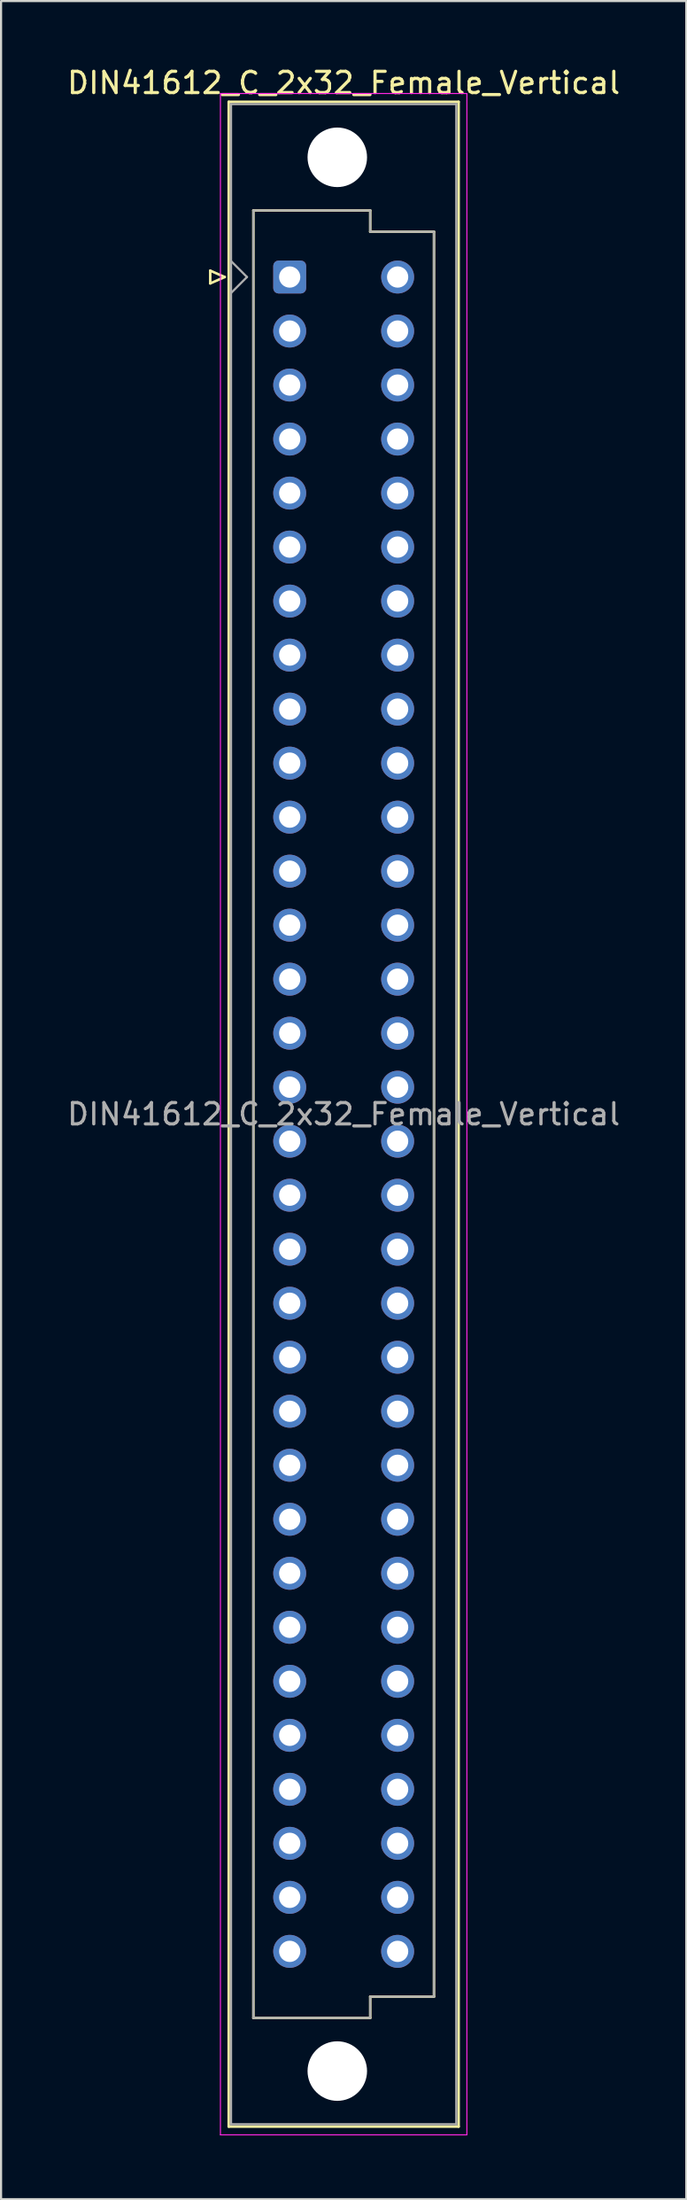
<source format=kicad_pcb>
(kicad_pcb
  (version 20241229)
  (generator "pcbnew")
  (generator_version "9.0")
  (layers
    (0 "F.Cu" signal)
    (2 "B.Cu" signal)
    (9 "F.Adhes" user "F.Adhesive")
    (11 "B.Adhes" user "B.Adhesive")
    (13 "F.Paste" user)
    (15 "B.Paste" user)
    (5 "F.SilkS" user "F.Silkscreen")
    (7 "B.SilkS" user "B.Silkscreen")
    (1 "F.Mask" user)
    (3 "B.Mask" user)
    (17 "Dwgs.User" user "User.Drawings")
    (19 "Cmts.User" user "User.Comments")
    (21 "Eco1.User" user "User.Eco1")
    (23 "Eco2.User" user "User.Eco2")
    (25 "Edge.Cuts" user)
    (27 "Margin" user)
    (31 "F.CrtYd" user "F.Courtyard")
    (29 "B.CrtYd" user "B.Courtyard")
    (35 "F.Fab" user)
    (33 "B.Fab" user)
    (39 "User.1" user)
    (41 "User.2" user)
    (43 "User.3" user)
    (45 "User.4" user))
  (footprint "DIN41612_C_2x32_Female_Vertical"
    (layer "F.Cu")
    (at 10.585 9.978)
    (property "Reference" "DIN41612_C_2x32_Female_Vertical" (at 2.54 -9.13 0) (layer "F.SilkS") (effects (font (size 1 1) (thickness 0.15))))
    (attr through_hole)
    (fp_line (start -3.74 -0.3) (end -3.74 0.3) (stroke (width 0.12) (type solid)) (layer "F.SilkS"))
    (fp_line (start -3.74 0.3) (end -3.06 0) (stroke (width 0.12) (type solid)) (layer "F.SilkS"))
    (fp_line (start -3.06 0) (end -3.74 -0.3) (stroke (width 0.12) (type solid)) (layer "F.SilkS"))
    (fp_line (start -2.87 -8.24) (end 7.95 -8.24) (stroke (width 0.12) (type solid)) (layer "F.SilkS"))
    (fp_line (start -2.87 86.98) (end -2.87 -8.24) (stroke (width 0.12) (type solid)) (layer "F.SilkS"))
    (fp_line (start -1.71 -3.13) (end 3.79 -3.13) (stroke (width 0.12) (type solid)) (layer "F.SilkS"))
    (fp_line (start -1.71 81.87) (end -1.71 -3.13) (stroke (width 0.12) (type solid)) (layer "F.SilkS"))
    (fp_line (start 3.79 -3.13) (end 3.79 -2.13) (stroke (width 0.12) (type solid)) (layer "F.SilkS"))
    (fp_line (start 3.79 -2.13) (end 6.79 -2.13) (stroke (width 0.12) (type solid)) (layer "F.SilkS"))
    (fp_line (start 3.79 80.87) (end 3.79 81.87) (stroke (width 0.12) (type solid)) (layer "F.SilkS"))
    (fp_line (start 3.79 81.87) (end -1.71 81.87) (stroke (width 0.12) (type solid)) (layer "F.SilkS"))
    (fp_line (start 6.79 -2.13) (end 6.79 80.87) (stroke (width 0.12) (type solid)) (layer "F.SilkS"))
    (fp_line (start 6.79 80.87) (end 3.79 80.87) (stroke (width 0.12) (type solid)) (layer "F.SilkS"))
    (fp_line (start 7.95 -8.24) (end 7.95 86.98) (stroke (width 0.12) (type solid)) (layer "F.SilkS"))
    (fp_line (start 7.95 86.98) (end -2.87 86.98) (stroke (width 0.12) (type solid)) (layer "F.SilkS"))
    (fp_line (start -3.26 -8.63) (end 8.34 -8.63) (stroke (width 0.05) (type solid)) (layer "F.CrtYd"))
    (fp_line (start -3.26 87.37) (end -3.26 -8.63) (stroke (width 0.05) (type solid)) (layer "F.CrtYd"))
    (fp_line (start 8.34 -8.63) (end 8.34 87.37) (stroke (width 0.05) (type solid)) (layer "F.CrtYd"))
    (fp_line (start 8.34 87.37) (end -3.26 87.37) (stroke (width 0.05) (type solid)) (layer "F.CrtYd"))
    (fp_line (start -2.76 -8.13) (end 7.84 -8.13) (stroke (width 0.1) (type solid)) (layer "F.Fab"))
    (fp_line (start -2.76 -0.75) (end -2.01 0) (stroke (width 0.1) (type solid)) (layer "F.Fab"))
    (fp_line (start -2.76 86.87) (end -2.76 -8.13) (stroke (width 0.1) (type solid)) (layer "F.Fab"))
    (fp_line (start -2.01 0) (end -2.76 0.75) (stroke (width 0.1) (type solid)) (layer "F.Fab"))
    (fp_line (start -1.71 -3.13) (end 3.79 -3.13) (stroke (width 0.1) (type solid)) (layer "F.Fab"))
    (fp_line (start -1.71 81.87) (end -1.71 -3.13) (stroke (width 0.1) (type solid)) (layer "F.Fab"))
    (fp_line (start 3.79 -3.13) (end 3.79 -2.13) (stroke (width 0.1) (type solid)) (layer "F.Fab"))
    (fp_line (start 3.79 -2.13) (end 6.79 -2.13) (stroke (width 0.1) (type solid)) (layer "F.Fab"))
    (fp_line (start 3.79 80.87) (end 3.79 81.87) (stroke (width 0.1) (type solid)) (layer "F.Fab"))
    (fp_line (start 3.79 81.87) (end -1.71 81.87) (stroke (width 0.1) (type solid)) (layer "F.Fab"))
    (fp_line (start 6.79 -2.13) (end 6.79 80.87) (stroke (width 0.1) (type solid)) (layer "F.Fab"))
    (fp_line (start 6.79 80.87) (end 3.79 80.87) (stroke (width 0.1) (type solid)) (layer "F.Fab"))
    (fp_line (start 7.84 -8.13) (end 7.84 86.87) (stroke (width 0.1) (type solid)) (layer "F.Fab"))
    (fp_line (start 7.84 86.87) (end -2.76 86.87) (stroke (width 0.1) (type solid)) (layer "F.Fab"))
    (fp_text user "${REFERENCE}" (at 2.54 39.37 0) (layer "F.Fab") (effects (font (size 1 1) (thickness 0.15))))
    (pad "" np_thru_hole circle (at 2.24 -5.63) (size 2.8 2.8) (drill 2.8) (layers "*.Cu" "*.Mask"))
    (pad "" np_thru_hole circle (at 2.24 84.37) (size 2.8 2.8) (drill 2.8) (layers "*.Cu" "*.Mask"))
    (pad "a1" thru_hole roundrect (at 0 0) (size 1.55 1.55) (drill 1) (layers "*.Cu" "*.Mask") (roundrect_rratio 0.161))
    (pad "a2" thru_hole circle (at 0 2.54) (size 1.55 1.55) (drill 1) (layers "*.Cu" "*.Mask"))
    (pad "a3" thru_hole circle (at 0 5.08) (size 1.55 1.55) (drill 1) (layers "*.Cu" "*.Mask"))
    (pad "a4" thru_hole circle (at 0 7.62) (size 1.55 1.55) (drill 1) (layers "*.Cu" "*.Mask"))
    (pad "a5" thru_hole circle (at 0 10.16) (size 1.55 1.55) (drill 1) (layers "*.Cu" "*.Mask"))
    (pad "a6" thru_hole circle (at 0 12.7) (size 1.55 1.55) (drill 1) (layers "*.Cu" "*.Mask"))
    (pad "a7" thru_hole circle (at 0 15.24) (size 1.55 1.55) (drill 1) (layers "*.Cu" "*.Mask"))
    (pad "a8" thru_hole circle (at 0 17.78) (size 1.55 1.55) (drill 1) (layers "*.Cu" "*.Mask"))
    (pad "a9" thru_hole circle (at 0 20.32) (size 1.55 1.55) (drill 1) (layers "*.Cu" "*.Mask"))
    (pad "a10" thru_hole circle (at 0 22.86) (size 1.55 1.55) (drill 1) (layers "*.Cu" "*.Mask"))
    (pad "a11" thru_hole circle (at 0 25.4) (size 1.55 1.55) (drill 1) (layers "*.Cu" "*.Mask"))
    (pad "a12" thru_hole circle (at 0 27.94) (size 1.55 1.55) (drill 1) (layers "*.Cu" "*.Mask"))
    (pad "a13" thru_hole circle (at 0 30.48) (size 1.55 1.55) (drill 1) (layers "*.Cu" "*.Mask"))
    (pad "a14" thru_hole circle (at 0 33.02) (size 1.55 1.55) (drill 1) (layers "*.Cu" "*.Mask"))
    (pad "a15" thru_hole circle (at 0 35.56) (size 1.55 1.55) (drill 1) (layers "*.Cu" "*.Mask"))
    (pad "a16" thru_hole circle (at 0 38.1) (size 1.55 1.55) (drill 1) (layers "*.Cu" "*.Mask"))
    (pad "a17" thru_hole circle (at 0 40.64) (size 1.55 1.55) (drill 1) (layers "*.Cu" "*.Mask"))
    (pad "a18" thru_hole circle (at 0 43.18) (size 1.55 1.55) (drill 1) (layers "*.Cu" "*.Mask"))
    (pad "a19" thru_hole circle (at 0 45.72) (size 1.55 1.55) (drill 1) (layers "*.Cu" "*.Mask"))
    (pad "a20" thru_hole circle (at 0 48.26) (size 1.55 1.55) (drill 1) (layers "*.Cu" "*.Mask"))
    (pad "a21" thru_hole circle (at 0 50.8) (size 1.55 1.55) (drill 1) (layers "*.Cu" "*.Mask"))
    (pad "a22" thru_hole circle (at 0 53.34) (size 1.55 1.55) (drill 1) (layers "*.Cu" "*.Mask"))
    (pad "a23" thru_hole circle (at 0 55.88) (size 1.55 1.55) (drill 1) (layers "*.Cu" "*.Mask"))
    (pad "a24" thru_hole circle (at 0 58.42) (size 1.55 1.55) (drill 1) (layers "*.Cu" "*.Mask"))
    (pad "a25" thru_hole circle (at 0 60.96) (size 1.55 1.55) (drill 1) (layers "*.Cu" "*.Mask"))
    (pad "a26" thru_hole circle (at 0 63.5) (size 1.55 1.55) (drill 1) (layers "*.Cu" "*.Mask"))
    (pad "a27" thru_hole circle (at 0 66.04) (size 1.55 1.55) (drill 1) (layers "*.Cu" "*.Mask"))
    (pad "a28" thru_hole circle (at 0 68.58) (size 1.55 1.55) (drill 1) (layers "*.Cu" "*.Mask"))
    (pad "a29" thru_hole circle (at 0 71.12) (size 1.55 1.55) (drill 1) (layers "*.Cu" "*.Mask"))
    (pad "a30" thru_hole circle (at 0 73.66) (size 1.55 1.55) (drill 1) (layers "*.Cu" "*.Mask"))
    (pad "a31" thru_hole circle (at 0 76.2) (size 1.55 1.55) (drill 1) (layers "*.Cu" "*.Mask"))
    (pad "a32" thru_hole circle (at 0 78.74) (size 1.55 1.55) (drill 1) (layers "*.Cu" "*.Mask"))
    (pad "c1" thru_hole circle (at 5.08 0) (size 1.55 1.55) (drill 1) (layers "*.Cu" "*.Mask"))
    (pad "c2" thru_hole circle (at 5.08 2.54) (size 1.55 1.55) (drill 1) (layers "*.Cu" "*.Mask"))
    (pad "c3" thru_hole circle (at 5.08 5.08) (size 1.55 1.55) (drill 1) (layers "*.Cu" "*.Mask"))
    (pad "c4" thru_hole circle (at 5.08 7.62) (size 1.55 1.55) (drill 1) (layers "*.Cu" "*.Mask"))
    (pad "c5" thru_hole circle (at 5.08 10.16) (size 1.55 1.55) (drill 1) (layers "*.Cu" "*.Mask"))
    (pad "c6" thru_hole circle (at 5.08 12.7) (size 1.55 1.55) (drill 1) (layers "*.Cu" "*.Mask"))
    (pad "c7" thru_hole circle (at 5.08 15.24) (size 1.55 1.55) (drill 1) (layers "*.Cu" "*.Mask"))
    (pad "c8" thru_hole circle (at 5.08 17.78) (size 1.55 1.55) (drill 1) (layers "*.Cu" "*.Mask"))
    (pad "c9" thru_hole circle (at 5.08 20.32) (size 1.55 1.55) (drill 1) (layers "*.Cu" "*.Mask"))
    (pad "c10" thru_hole circle (at 5.08 22.86) (size 1.55 1.55) (drill 1) (layers "*.Cu" "*.Mask"))
    (pad "c11" thru_hole circle (at 5.08 25.4) (size 1.55 1.55) (drill 1) (layers "*.Cu" "*.Mask"))
    (pad "c12" thru_hole circle (at 5.08 27.94) (size 1.55 1.55) (drill 1) (layers "*.Cu" "*.Mask"))
    (pad "c13" thru_hole circle (at 5.08 30.48) (size 1.55 1.55) (drill 1) (layers "*.Cu" "*.Mask"))
    (pad "c14" thru_hole circle (at 5.08 33.02) (size 1.55 1.55) (drill 1) (layers "*.Cu" "*.Mask"))
    (pad "c15" thru_hole circle (at 5.08 35.56) (size 1.55 1.55) (drill 1) (layers "*.Cu" "*.Mask"))
    (pad "c16" thru_hole circle (at 5.08 38.1) (size 1.55 1.55) (drill 1) (layers "*.Cu" "*.Mask"))
    (pad "c17" thru_hole circle (at 5.08 40.64) (size 1.55 1.55) (drill 1) (layers "*.Cu" "*.Mask"))
    (pad "c18" thru_hole circle (at 5.08 43.18) (size 1.55 1.55) (drill 1) (layers "*.Cu" "*.Mask"))
    (pad "c19" thru_hole circle (at 5.08 45.72) (size 1.55 1.55) (drill 1) (layers "*.Cu" "*.Mask"))
    (pad "c20" thru_hole circle (at 5.08 48.26) (size 1.55 1.55) (drill 1) (layers "*.Cu" "*.Mask"))
    (pad "c21" thru_hole circle (at 5.08 50.8) (size 1.55 1.55) (drill 1) (layers "*.Cu" "*.Mask"))
    (pad "c22" thru_hole circle (at 5.08 53.34) (size 1.55 1.55) (drill 1) (layers "*.Cu" "*.Mask"))
    (pad "c23" thru_hole circle (at 5.08 55.88) (size 1.55 1.55) (drill 1) (layers "*.Cu" "*.Mask"))
    (pad "c24" thru_hole circle (at 5.08 58.42) (size 1.55 1.55) (drill 1) (layers "*.Cu" "*.Mask"))
    (pad "c25" thru_hole circle (at 5.08 60.96) (size 1.55 1.55) (drill 1) (layers "*.Cu" "*.Mask"))
    (pad "c26" thru_hole circle (at 5.08 63.5) (size 1.55 1.55) (drill 1) (layers "*.Cu" "*.Mask"))
    (pad "c27" thru_hole circle (at 5.08 66.04) (size 1.55 1.55) (drill 1) (layers "*.Cu" "*.Mask"))
    (pad "c28" thru_hole circle (at 5.08 68.58) (size 1.55 1.55) (drill 1) (layers "*.Cu" "*.Mask"))
    (pad "c29" thru_hole circle (at 5.08 71.12) (size 1.55 1.55) (drill 1) (layers "*.Cu" "*.Mask"))
    (pad "c30" thru_hole circle (at 5.08 73.66) (size 1.55 1.55) (drill 1) (layers "*.Cu" "*.Mask"))
    (pad "c31" thru_hole circle (at 5.08 76.2) (size 1.55 1.55) (drill 1) (layers "*.Cu" "*.Mask"))
    (pad "c32" thru_hole circle (at 5.08 78.74) (size 1.55 1.55) (drill 1) (layers "*.Cu" "*.Mask")))
  (gr_rect
    (start -3 -3)
    (end 29.25 100.373)
    (stroke (width 0.1) (type default))
    (fill no)
    (layer "Edge.Cuts")))
</source>
